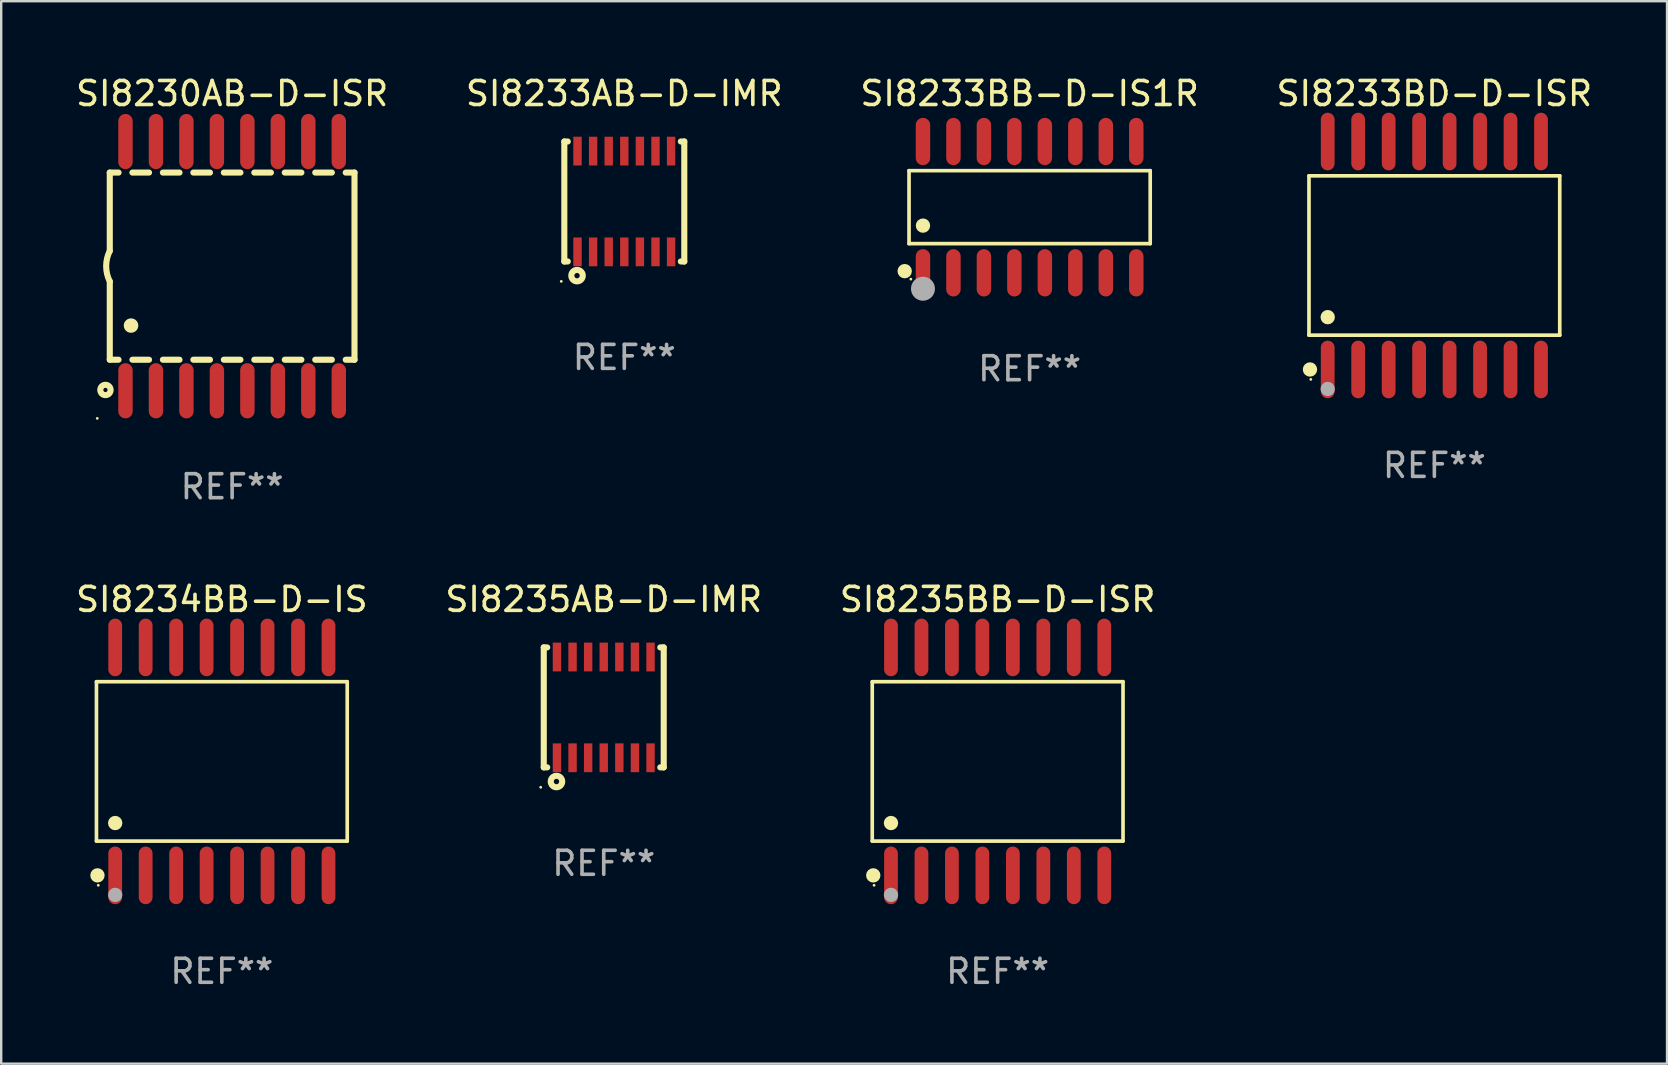
<source format=kicad_pcb>
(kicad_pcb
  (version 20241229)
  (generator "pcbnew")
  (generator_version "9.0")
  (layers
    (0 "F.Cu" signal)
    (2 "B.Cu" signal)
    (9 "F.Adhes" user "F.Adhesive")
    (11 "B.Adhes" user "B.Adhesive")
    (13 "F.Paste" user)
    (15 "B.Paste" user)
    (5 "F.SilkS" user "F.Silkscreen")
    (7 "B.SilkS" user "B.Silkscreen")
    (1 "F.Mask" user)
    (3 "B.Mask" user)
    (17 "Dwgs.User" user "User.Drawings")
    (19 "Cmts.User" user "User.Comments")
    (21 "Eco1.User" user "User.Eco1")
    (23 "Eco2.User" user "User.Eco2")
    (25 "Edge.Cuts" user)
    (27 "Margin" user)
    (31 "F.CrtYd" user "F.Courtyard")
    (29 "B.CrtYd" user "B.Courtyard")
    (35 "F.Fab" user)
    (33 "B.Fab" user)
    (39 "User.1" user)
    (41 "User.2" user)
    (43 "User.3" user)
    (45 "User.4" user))
  (footprint "SI8235BB-D-ISR"
    (layer "F.Cu")
    (at 38.53 28.684)
    (property "Reference" "SI8235BB-D-ISR" (at 0 -6.75 0) (layer "F.SilkS") (effects (font (size 1 1) (thickness 0.15))))
    (attr through_hole)
    (fp_line (start -5.226 -3.321) (end 5.226 -3.321) (stroke (width 0.152) (type solid)) (layer "F.SilkS"))
    (fp_line (start -5.226 3.321) (end -5.226 -3.321) (stroke (width 0.152) (type solid)) (layer "F.SilkS"))
    (fp_line (start 5.226 -3.321) (end 5.226 3.321) (stroke (width 0.152) (type solid)) (layer "F.SilkS"))
    (fp_line (start 5.226 3.321) (end -5.226 3.321) (stroke (width 0.152) (type solid)) (layer "F.SilkS"))
    (fp_circle (center -5.184 4.75) (end -5.034 4.75) (stroke (width 0.3) (type solid)) (fill no) (layer "F.SilkS"))
    (fp_circle (center -5.15 5.163) (end -5.12 5.163) (stroke (width 0.06) (type solid)) (fill no) (layer "F.SilkS"))
    (fp_circle (center -4.445 2.569) (end -4.295 2.569) (stroke (width 0.3) (type solid)) (fill no) (layer "F.SilkS"))
    (fp_circle (center -4.445 5.563) (end -4.295 5.563) (stroke (width 0.3) (type solid)) (fill no) (layer "F.Fab"))
    (fp_text user "REF**" (at 0 8.75 0) (layer "F.Fab") (effects (font (size 1 1) (thickness 0.15))))
    (pad "1" smd oval (at -4.445 4.75) (size 0.574 2.401) (layers "F.Cu" "F.Mask" "F.Paste"))
    (pad "2" smd oval (at -3.175 4.75) (size 0.574 2.401) (layers "F.Cu" "F.Mask" "F.Paste"))
    (pad "3" smd oval (at -1.905 4.75) (size 0.574 2.401) (layers "F.Cu" "F.Mask" "F.Paste"))
    (pad "4" smd oval (at -0.635 4.75) (size 0.574 2.401) (layers "F.Cu" "F.Mask" "F.Paste"))
    (pad "5" smd oval (at 0.635 4.75) (size 0.574 2.401) (layers "F.Cu" "F.Mask" "F.Paste"))
    (pad "6" smd oval (at 1.905 4.75) (size 0.574 2.401) (layers "F.Cu" "F.Mask" "F.Paste"))
    (pad "7" smd oval (at 3.175 4.75) (size 0.574 2.401) (layers "F.Cu" "F.Mask" "F.Paste"))
    (pad "8" smd oval (at 4.445 4.75) (size 0.574 2.401) (layers "F.Cu" "F.Mask" "F.Paste"))
    (pad "9" smd oval (at 4.445 -4.75) (size 0.574 2.401) (layers "F.Cu" "F.Mask" "F.Paste"))
    (pad "10" smd oval (at 3.175 -4.75) (size 0.574 2.401) (layers "F.Cu" "F.Mask" "F.Paste"))
    (pad "11" smd oval (at 1.905 -4.75) (size 0.574 2.401) (layers "F.Cu" "F.Mask" "F.Paste"))
    (pad "12" smd oval (at 0.635 -4.75) (size 0.574 2.401) (layers "F.Cu" "F.Mask" "F.Paste"))
    (pad "13" smd oval (at -0.635 -4.75) (size 0.574 2.401) (layers "F.Cu" "F.Mask" "F.Paste"))
    (pad "14" smd oval (at -1.905 -4.75) (size 0.574 2.401) (layers "F.Cu" "F.Mask" "F.Paste"))
    (pad "15" smd oval (at -3.175 -4.75) (size 0.574 2.401) (layers "F.Cu" "F.Mask" "F.Paste"))
    (pad "16" smd oval (at -4.445 -4.75) (size 0.574 2.401) (layers "F.Cu" "F.Mask" "F.Paste")))
  (footprint "SI8233BD-D-ISR"
    (layer "F.Cu")
    (at 56.732 7.599)
    (property "Reference" "SI8233BD-D-ISR" (at 0 -6.75 0) (layer "F.SilkS") (effects (font (size 1 1) (thickness 0.15))))
    (attr through_hole)
    (fp_line (start -5.226 -3.321) (end 5.226 -3.321) (stroke (width 0.152) (type solid)) (layer "F.SilkS"))
    (fp_line (start -5.226 3.321) (end -5.226 -3.321) (stroke (width 0.152) (type solid)) (layer "F.SilkS"))
    (fp_line (start 5.226 -3.321) (end 5.226 3.321) (stroke (width 0.152) (type solid)) (layer "F.SilkS"))
    (fp_line (start 5.226 3.321) (end -5.226 3.321) (stroke (width 0.152) (type solid)) (layer "F.SilkS"))
    (fp_circle (center -5.184 4.75) (end -5.034 4.75) (stroke (width 0.3) (type solid)) (fill no) (layer "F.SilkS"))
    (fp_circle (center -5.15 5.163) (end -5.12 5.163) (stroke (width 0.06) (type solid)) (fill no) (layer "F.SilkS"))
    (fp_circle (center -4.445 2.569) (end -4.295 2.569) (stroke (width 0.3) (type solid)) (fill no) (layer "F.SilkS"))
    (fp_circle (center -4.445 5.563) (end -4.295 5.563) (stroke (width 0.3) (type solid)) (fill no) (layer "F.Fab"))
    (fp_text user "REF**" (at 0 8.75 0) (layer "F.Fab") (effects (font (size 1 1) (thickness 0.15))))
    (pad "1" smd oval (at -4.445 4.75) (size 0.574 2.401) (layers "F.Cu" "F.Mask" "F.Paste"))
    (pad "2" smd oval (at -3.175 4.75) (size 0.574 2.401) (layers "F.Cu" "F.Mask" "F.Paste"))
    (pad "3" smd oval (at -1.905 4.75) (size 0.574 2.401) (layers "F.Cu" "F.Mask" "F.Paste"))
    (pad "4" smd oval (at -0.635 4.75) (size 0.574 2.401) (layers "F.Cu" "F.Mask" "F.Paste"))
    (pad "5" smd oval (at 0.635 4.75) (size 0.574 2.401) (layers "F.Cu" "F.Mask" "F.Paste"))
    (pad "6" smd oval (at 1.905 4.75) (size 0.574 2.401) (layers "F.Cu" "F.Mask" "F.Paste"))
    (pad "7" smd oval (at 3.175 4.75) (size 0.574 2.401) (layers "F.Cu" "F.Mask" "F.Paste"))
    (pad "8" smd oval (at 4.445 4.75) (size 0.574 2.401) (layers "F.Cu" "F.Mask" "F.Paste"))
    (pad "9" smd oval (at 4.445 -4.75) (size 0.574 2.401) (layers "F.Cu" "F.Mask" "F.Paste"))
    (pad "10" smd oval (at 3.175 -4.75) (size 0.574 2.401) (layers "F.Cu" "F.Mask" "F.Paste"))
    (pad "11" smd oval (at 1.905 -4.75) (size 0.574 2.401) (layers "F.Cu" "F.Mask" "F.Paste"))
    (pad "12" smd oval (at 0.635 -4.75) (size 0.574 2.401) (layers "F.Cu" "F.Mask" "F.Paste"))
    (pad "13" smd oval (at -0.635 -4.75) (size 0.574 2.401) (layers "F.Cu" "F.Mask" "F.Paste"))
    (pad "14" smd oval (at -1.905 -4.75) (size 0.574 2.401) (layers "F.Cu" "F.Mask" "F.Paste"))
    (pad "15" smd oval (at -3.175 -4.75) (size 0.574 2.401) (layers "F.Cu" "F.Mask" "F.Paste"))
    (pad "16" smd oval (at -4.445 -4.75) (size 0.574 2.401) (layers "F.Cu" "F.Mask" "F.Paste")))
  (footprint "SI8234BB-D-IS"
    (layer "F.Cu")
    (at 6.196 28.684)
    (property "Reference" "SI8234BB-D-IS" (at 0 -6.75 0) (layer "F.SilkS") (effects (font (size 1 1) (thickness 0.15))))
    (attr through_hole)
    (fp_line (start -5.226 -3.321) (end 5.226 -3.321) (stroke (width 0.152) (type solid)) (layer "F.SilkS"))
    (fp_line (start -5.226 3.321) (end -5.226 -3.321) (stroke (width 0.152) (type solid)) (layer "F.SilkS"))
    (fp_line (start 5.226 -3.321) (end 5.226 3.321) (stroke (width 0.152) (type solid)) (layer "F.SilkS"))
    (fp_line (start 5.226 3.321) (end -5.226 3.321) (stroke (width 0.152) (type solid)) (layer "F.SilkS"))
    (fp_circle (center -5.184 4.75) (end -5.034 4.75) (stroke (width 0.3) (type solid)) (fill no) (layer "F.SilkS"))
    (fp_circle (center -5.15 5.163) (end -5.12 5.163) (stroke (width 0.06) (type solid)) (fill no) (layer "F.SilkS"))
    (fp_circle (center -4.445 2.569) (end -4.295 2.569) (stroke (width 0.3) (type solid)) (fill no) (layer "F.SilkS"))
    (fp_circle (center -4.445 5.563) (end -4.295 5.563) (stroke (width 0.3) (type solid)) (fill no) (layer "F.Fab"))
    (fp_text user "REF**" (at 0 8.75 0) (layer "F.Fab") (effects (font (size 1 1) (thickness 0.15))))
    (pad "1" smd oval (at -4.445 4.75) (size 0.574 2.401) (layers "F.Cu" "F.Mask" "F.Paste"))
    (pad "2" smd oval (at -3.175 4.75) (size 0.574 2.401) (layers "F.Cu" "F.Mask" "F.Paste"))
    (pad "3" smd oval (at -1.905 4.75) (size 0.574 2.401) (layers "F.Cu" "F.Mask" "F.Paste"))
    (pad "4" smd oval (at -0.635 4.75) (size 0.574 2.401) (layers "F.Cu" "F.Mask" "F.Paste"))
    (pad "5" smd oval (at 0.635 4.75) (size 0.574 2.401) (layers "F.Cu" "F.Mask" "F.Paste"))
    (pad "6" smd oval (at 1.905 4.75) (size 0.574 2.401) (layers "F.Cu" "F.Mask" "F.Paste"))
    (pad "7" smd oval (at 3.175 4.75) (size 0.574 2.401) (layers "F.Cu" "F.Mask" "F.Paste"))
    (pad "8" smd oval (at 4.445 4.75) (size 0.574 2.401) (layers "F.Cu" "F.Mask" "F.Paste"))
    (pad "9" smd oval (at 4.445 -4.75) (size 0.574 2.401) (layers "F.Cu" "F.Mask" "F.Paste"))
    (pad "10" smd oval (at 3.175 -4.75) (size 0.574 2.401) (layers "F.Cu" "F.Mask" "F.Paste"))
    (pad "11" smd oval (at 1.905 -4.75) (size 0.574 2.401) (layers "F.Cu" "F.Mask" "F.Paste"))
    (pad "12" smd oval (at 0.635 -4.75) (size 0.574 2.401) (layers "F.Cu" "F.Mask" "F.Paste"))
    (pad "13" smd oval (at -0.635 -4.75) (size 0.574 2.401) (layers "F.Cu" "F.Mask" "F.Paste"))
    (pad "14" smd oval (at -1.905 -4.75) (size 0.574 2.401) (layers "F.Cu" "F.Mask" "F.Paste"))
    (pad "15" smd oval (at -3.175 -4.75) (size 0.574 2.401) (layers "F.Cu" "F.Mask" "F.Paste"))
    (pad "16" smd oval (at -4.445 -4.75) (size 0.574 2.401) (layers "F.Cu" "F.Mask" "F.Paste")))
  (footprint "SI8235AB-D-IMR"
    (layer "F.Cu")
    (at 22.113 26.433)
    (property "Reference" "SI8235AB-D-IMR" (at 0 -4.5 0) (layer "F.SilkS") (effects (font (size 1 1) (thickness 0.15))))
    (attr through_hole)
    (fp_line (start -2.5 -2.5) (end -2.5 2.5) (stroke (width 0.254) (type solid)) (layer "F.SilkS"))
    (fp_line (start -2.5 -2.5) (end -2.356 -2.5) (stroke (width 0.254) (type solid)) (layer "F.SilkS"))
    (fp_line (start -2.5 2.5) (end -2.356 2.5) (stroke (width 0.254) (type solid)) (layer "F.SilkS"))
    (fp_line (start 2.356 -2.5) (end 2.5 -2.5) (stroke (width 0.254) (type solid)) (layer "F.SilkS"))
    (fp_line (start 2.356 2.5) (end 2.5 2.5) (stroke (width 0.254) (type solid)) (layer "F.SilkS"))
    (fp_line (start 2.5 -2.5) (end 2.5 2.5) (stroke (width 0.254) (type solid)) (layer "F.SilkS"))
    (fp_circle (center -2.627 3.329) (end -2.597 3.329) (stroke (width 0.06) (type solid)) (fill no) (layer "F.SilkS"))
    (fp_circle (center -1.97 3.09) (end -1.858 3.09) (stroke (width 0.254) (type solid)) (fill no) (layer "F.SilkS"))
    (fp_text user "REF**" (at 0 6.5 0) (layer "F.Fab") (effects (font (size 1 1) (thickness 0.15))))
    (pad "1" smd rect (at -1.95 2.1) (size 0.35 1.2) (layers "F.Cu" "F.Mask" "F.Paste"))
    (pad "2" smd rect (at -1.3 2.1) (size 0.35 1.2) (layers "F.Cu" "F.Mask" "F.Paste"))
    (pad "3" smd rect (at -0.65 2.1) (size 0.35 1.2) (layers "F.Cu" "F.Mask" "F.Paste"))
    (pad "4" smd rect (at 0 2.1) (size 0.35 1.2) (layers "F.Cu" "F.Mask" "F.Paste"))
    (pad "5" smd rect (at 0.65 2.1) (size 0.35 1.2) (layers "F.Cu" "F.Mask" "F.Paste"))
    (pad "6" smd rect (at 1.3 2.1) (size 0.35 1.2) (layers "F.Cu" "F.Mask" "F.Paste"))
    (pad "7" smd rect (at 1.95 2.1) (size 0.35 1.2) (layers "F.Cu" "F.Mask" "F.Paste"))
    (pad "8" smd rect (at 1.95 -2.1) (size 0.35 1.2) (layers "F.Cu" "F.Mask" "F.Paste"))
    (pad "9" smd rect (at 1.3 -2.1) (size 0.35 1.2) (layers "F.Cu" "F.Mask" "F.Paste"))
    (pad "10" smd rect (at 0.65 -2.1) (size 0.35 1.2) (layers "F.Cu" "F.Mask" "F.Paste"))
    (pad "11" smd rect (at 0 -2.1) (size 0.35 1.2) (layers "F.Cu" "F.Mask" "F.Paste"))
    (pad "12" smd rect (at -0.65 -2.1) (size 0.35 1.2) (layers "F.Cu" "F.Mask" "F.Paste"))
    (pad "13" smd rect (at -1.3 -2.1) (size 0.35 1.2) (layers "F.Cu" "F.Mask" "F.Paste"))
    (pad "14" smd rect (at -1.95 -2.1) (size 0.35 1.2) (layers "F.Cu" "F.Mask" "F.Paste")))
  (footprint "SI8233BB-D-IS1R"
    (layer "F.Cu")
    (at 39.863 5.584)
    (property "Reference" "SI8233BB-D-IS1R" (at 0 -4.736 0) (layer "F.SilkS") (effects (font (size 1 1) (thickness 0.15))))
    (attr through_hole)
    (fp_line (start -5.026 -1.521) (end 5.026 -1.521) (stroke (width 0.152) (type solid)) (layer "F.SilkS"))
    (fp_line (start -5.026 1.521) (end -5.026 -1.521) (stroke (width 0.152) (type solid)) (layer "F.SilkS"))
    (fp_line (start 5.026 -1.521) (end 5.026 1.521) (stroke (width 0.152) (type solid)) (layer "F.SilkS"))
    (fp_line (start 5.026 1.521) (end -5.026 1.521) (stroke (width 0.152) (type solid)) (layer "F.SilkS"))
    (fp_circle (center -5.207 2.667) (end -5.057 2.667) (stroke (width 0.3) (type solid)) (fill no) (layer "F.SilkS"))
    (fp_circle (center -4.95 3) (end -4.92 3) (stroke (width 0.06) (type solid)) (fill no) (layer "F.SilkS"))
    (fp_circle (center -4.445 0.769) (end -4.295 0.769) (stroke (width 0.3) (type solid)) (fill no) (layer "F.SilkS"))
    (fp_circle (center -4.445 3.4) (end -4.195 3.4) (stroke (width 0.5) (type solid)) (fill no) (layer "F.Fab"))
    (fp_text user "REF**" (at 0 6.736 0) (layer "F.Fab") (effects (font (size 1 1) (thickness 0.15))))
    (pad "1" smd oval (at -4.445 2.736) (size 0.602 1.971) (layers "F.Cu" "F.Mask" "F.Paste"))
    (pad "2" smd oval (at -3.175 2.736) (size 0.602 1.971) (layers "F.Cu" "F.Mask" "F.Paste"))
    (pad "3" smd oval (at -1.905 2.736) (size 0.602 1.971) (layers "F.Cu" "F.Mask" "F.Paste"))
    (pad "4" smd oval (at -0.635 2.736) (size 0.602 1.971) (layers "F.Cu" "F.Mask" "F.Paste"))
    (pad "5" smd oval (at 0.635 2.736) (size 0.602 1.971) (layers "F.Cu" "F.Mask" "F.Paste"))
    (pad "6" smd oval (at 1.905 2.736) (size 0.602 1.971) (layers "F.Cu" "F.Mask" "F.Paste"))
    (pad "7" smd oval (at 3.175 2.736) (size 0.602 1.971) (layers "F.Cu" "F.Mask" "F.Paste"))
    (pad "8" smd oval (at 4.445 2.736) (size 0.602 1.971) (layers "F.Cu" "F.Mask" "F.Paste"))
    (pad "9" smd oval (at 4.445 -2.736) (size 0.602 1.971) (layers "F.Cu" "F.Mask" "F.Paste"))
    (pad "10" smd oval (at 3.175 -2.736) (size 0.602 1.971) (layers "F.Cu" "F.Mask" "F.Paste"))
    (pad "11" smd oval (at 1.905 -2.736) (size 0.602 1.971) (layers "F.Cu" "F.Mask" "F.Paste"))
    (pad "12" smd oval (at 0.635 -2.736) (size 0.602 1.971) (layers "F.Cu" "F.Mask" "F.Paste"))
    (pad "13" smd oval (at -0.635 -2.736) (size 0.602 1.971) (layers "F.Cu" "F.Mask" "F.Paste"))
    (pad "14" smd oval (at -1.905 -2.736) (size 0.602 1.971) (layers "F.Cu" "F.Mask" "F.Paste"))
    (pad "15" smd oval (at -3.175 -2.736) (size 0.602 1.971) (layers "F.Cu" "F.Mask" "F.Paste"))
    (pad "16" smd oval (at -4.445 -2.736) (size 0.602 1.971) (layers "F.Cu" "F.Mask" "F.Paste")))
  (footprint "SI8230AB-D-ISR"
    (layer "F.Cu")
    (at 6.625 8.043)
    (property "Reference" "SI8230AB-D-ISR" (at 0 -7.194 0) (layer "F.SilkS") (effects (font (size 1 1) (thickness 0.15))))
    (attr through_hole)
    (fp_line (start -5.1 -3.9) (end -5.1 -0.635) (stroke (width 0.254) (type solid)) (layer "F.SilkS"))
    (fp_line (start -5.1 -3.9) (end -4.734 -3.9) (stroke (width 0.254) (type solid)) (layer "F.SilkS"))
    (fp_line (start -5.1 3.9) (end -5.1 0.635) (stroke (width 0.254) (type solid)) (layer "F.SilkS"))
    (fp_line (start -5.1 3.9) (end -4.734 3.9) (stroke (width 0.254) (type solid)) (layer "F.SilkS"))
    (fp_line (start -4.156 -3.9) (end -3.464 -3.9) (stroke (width 0.254) (type solid)) (layer "F.SilkS"))
    (fp_line (start -4.156 3.9) (end -3.464 3.9) (stroke (width 0.254) (type solid)) (layer "F.SilkS"))
    (fp_line (start -2.886 -3.9) (end -2.194 -3.9) (stroke (width 0.254) (type solid)) (layer "F.SilkS"))
    (fp_line (start -2.886 3.9) (end -2.194 3.9) (stroke (width 0.254) (type solid)) (layer "F.SilkS"))
    (fp_line (start -1.616 -3.9) (end -0.924 -3.9) (stroke (width 0.254) (type solid)) (layer "F.SilkS"))
    (fp_line (start -1.616 3.9) (end -0.924 3.9) (stroke (width 0.254) (type solid)) (layer "F.SilkS"))
    (fp_line (start -0.346 -3.9) (end 0.346 -3.9) (stroke (width 0.254) (type solid)) (layer "F.SilkS"))
    (fp_line (start -0.346 3.9) (end 0.346 3.9) (stroke (width 0.254) (type solid)) (layer "F.SilkS"))
    (fp_line (start 0.924 -3.9) (end 1.616 -3.9) (stroke (width 0.254) (type solid)) (layer "F.SilkS"))
    (fp_line (start 0.924 3.9) (end 1.616 3.9) (stroke (width 0.254) (type solid)) (layer "F.SilkS"))
    (fp_line (start 2.194 -3.9) (end 2.886 -3.9) (stroke (width 0.254) (type solid)) (layer "F.SilkS"))
    (fp_line (start 2.194 3.9) (end 2.886 3.9) (stroke (width 0.254) (type solid)) (layer "F.SilkS"))
    (fp_line (start 3.464 -3.9) (end 4.156 -3.9) (stroke (width 0.254) (type solid)) (layer "F.SilkS"))
    (fp_line (start 3.464 3.9) (end 4.156 3.9) (stroke (width 0.254) (type solid)) (layer "F.SilkS"))
    (fp_line (start 4.734 -3.9) (end 5.1 -3.9) (stroke (width 0.254) (type solid)) (layer "F.SilkS"))
    (fp_line (start 4.734 3.9) (end 5.1 3.9) (stroke (width 0.254) (type solid)) (layer "F.SilkS"))
    (fp_line (start 5.1 3.9) (end 5.1 -3.9) (stroke (width 0.254) (type solid)) (layer "F.SilkS"))
    (fp_arc (start -5.100343 0.635002) (mid -5.25016 -0.00003) (end -5.100089 -0.635001) (stroke (width 0.254001) (type solid)) (layer "F.SilkS"))
    (fp_arc (start -4.216421 2.476505) (mid -4.213881 2.476494) (end -4.211341 2.476505) (stroke (width 0.6) (type solid)) (layer "F.SilkS"))
    (fp_circle (center -5.622 6.344) (end -5.592 6.344) (stroke (width 0.06) (type solid)) (fill no) (layer "F.SilkS"))
    (fp_circle (center -5.28 5.16) (end -5.065 5.16) (stroke (width 0.254) (type solid)) (fill no) (layer "F.SilkS"))
    (fp_text user "REF**" (at 0 9.194 0) (layer "F.Fab") (effects (font (size 1 1) (thickness 0.15))))
    (pad "1" smd oval (at -4.445 5.194 180) (size 0.6 2.3) (layers "F.Cu" "F.Mask" "F.Paste"))
    (pad "2" smd oval (at -3.175 5.194 180) (size 0.6 2.3) (layers "F.Cu" "F.Mask" "F.Paste"))
    (pad "3" smd oval (at -1.905 5.194 180) (size 0.6 2.3) (layers "F.Cu" "F.Mask" "F.Paste"))
    (pad "4" smd oval (at -0.635 5.194 180) (size 0.6 2.3) (layers "F.Cu" "F.Mask" "F.Paste"))
    (pad "5" smd oval (at 0.635 5.194 180) (size 0.6 2.3) (layers "F.Cu" "F.Mask" "F.Paste"))
    (pad "6" smd oval (at 1.905 5.194 180) (size 0.6 2.3) (layers "F.Cu" "F.Mask" "F.Paste"))
    (pad "7" smd oval (at 3.175 5.194 180) (size 0.6 2.3) (layers "F.Cu" "F.Mask" "F.Paste"))
    (pad "8" smd oval (at 4.445 5.194 180) (size 0.6 2.3) (layers "F.Cu" "F.Mask" "F.Paste"))
    (pad "9" smd oval (at 4.445 -5.194 180) (size 0.6 2.3) (layers "F.Cu" "F.Mask" "F.Paste"))
    (pad "10" smd oval (at 3.175 -5.194 180) (size 0.6 2.3) (layers "F.Cu" "F.Mask" "F.Paste"))
    (pad "11" smd oval (at 1.905 -5.194 180) (size 0.6 2.3) (layers "F.Cu" "F.Mask" "F.Paste"))
    (pad "12" smd oval (at 0.635 -5.194 180) (size 0.6 2.3) (layers "F.Cu" "F.Mask" "F.Paste"))
    (pad "13" smd oval (at -0.635 -5.194 180) (size 0.6 2.3) (layers "F.Cu" "F.Mask" "F.Paste"))
    (pad "14" smd oval (at -1.905 -5.194 180) (size 0.6 2.3) (layers "F.Cu" "F.Mask" "F.Paste"))
    (pad "15" smd oval (at -3.175 -5.194 180) (size 0.6 2.3) (layers "F.Cu" "F.Mask" "F.Paste"))
    (pad "16" smd oval (at -4.445 -5.194 180) (size 0.6 2.3) (layers "F.Cu" "F.Mask" "F.Paste")))
  (footprint "SI8233AB-D-IMR"
    (layer "F.Cu")
    (at 22.97 5.348)
    (property "Reference" "SI8233AB-D-IMR" (at 0 -4.5 0) (layer "F.SilkS") (effects (font (size 1 1) (thickness 0.15))))
    (attr through_hole)
    (fp_line (start -2.5 -2.5) (end -2.5 2.5) (stroke (width 0.254) (type solid)) (layer "F.SilkS"))
    (fp_line (start -2.5 -2.5) (end -2.356 -2.5) (stroke (width 0.254) (type solid)) (layer "F.SilkS"))
    (fp_line (start -2.5 2.5) (end -2.356 2.5) (stroke (width 0.254) (type solid)) (layer "F.SilkS"))
    (fp_line (start 2.356 -2.5) (end 2.5 -2.5) (stroke (width 0.254) (type solid)) (layer "F.SilkS"))
    (fp_line (start 2.356 2.5) (end 2.5 2.5) (stroke (width 0.254) (type solid)) (layer "F.SilkS"))
    (fp_line (start 2.5 -2.5) (end 2.5 2.5) (stroke (width 0.254) (type solid)) (layer "F.SilkS"))
    (fp_circle (center -2.627 3.329) (end -2.597 3.329) (stroke (width 0.06) (type solid)) (fill no) (layer "F.SilkS"))
    (fp_circle (center -1.97 3.09) (end -1.858 3.09) (stroke (width 0.254) (type solid)) (fill no) (layer "F.SilkS"))
    (fp_text user "REF**" (at 0 6.5 0) (layer "F.Fab") (effects (font (size 1 1) (thickness 0.15))))
    (pad "1" smd rect (at -1.95 2.1) (size 0.35 1.2) (layers "F.Cu" "F.Mask" "F.Paste"))
    (pad "2" smd rect (at -1.3 2.1) (size 0.35 1.2) (layers "F.Cu" "F.Mask" "F.Paste"))
    (pad "3" smd rect (at -0.65 2.1) (size 0.35 1.2) (layers "F.Cu" "F.Mask" "F.Paste"))
    (pad "4" smd rect (at 0 2.1) (size 0.35 1.2) (layers "F.Cu" "F.Mask" "F.Paste"))
    (pad "5" smd rect (at 0.65 2.1) (size 0.35 1.2) (layers "F.Cu" "F.Mask" "F.Paste"))
    (pad "6" smd rect (at 1.3 2.1) (size 0.35 1.2) (layers "F.Cu" "F.Mask" "F.Paste"))
    (pad "7" smd rect (at 1.95 2.1) (size 0.35 1.2) (layers "F.Cu" "F.Mask" "F.Paste"))
    (pad "8" smd rect (at 1.95 -2.1) (size 0.35 1.2) (layers "F.Cu" "F.Mask" "F.Paste"))
    (pad "9" smd rect (at 1.3 -2.1) (size 0.35 1.2) (layers "F.Cu" "F.Mask" "F.Paste"))
    (pad "10" smd rect (at 0.65 -2.1) (size 0.35 1.2) (layers "F.Cu" "F.Mask" "F.Paste"))
    (pad "11" smd rect (at 0 -2.1) (size 0.35 1.2) (layers "F.Cu" "F.Mask" "F.Paste"))
    (pad "12" smd rect (at -0.65 -2.1) (size 0.35 1.2) (layers "F.Cu" "F.Mask" "F.Paste"))
    (pad "13" smd rect (at -1.3 -2.1) (size 0.35 1.2) (layers "F.Cu" "F.Mask" "F.Paste"))
    (pad "14" smd rect (at -1.95 -2.1) (size 0.35 1.2) (layers "F.Cu" "F.Mask" "F.Paste")))
  (gr_rect
    (start -3 -3)
    (end 66.429 41.282)
    (stroke (width 0.1) (type default))
    (fill no)
    (layer "Edge.Cuts")))
</source>
